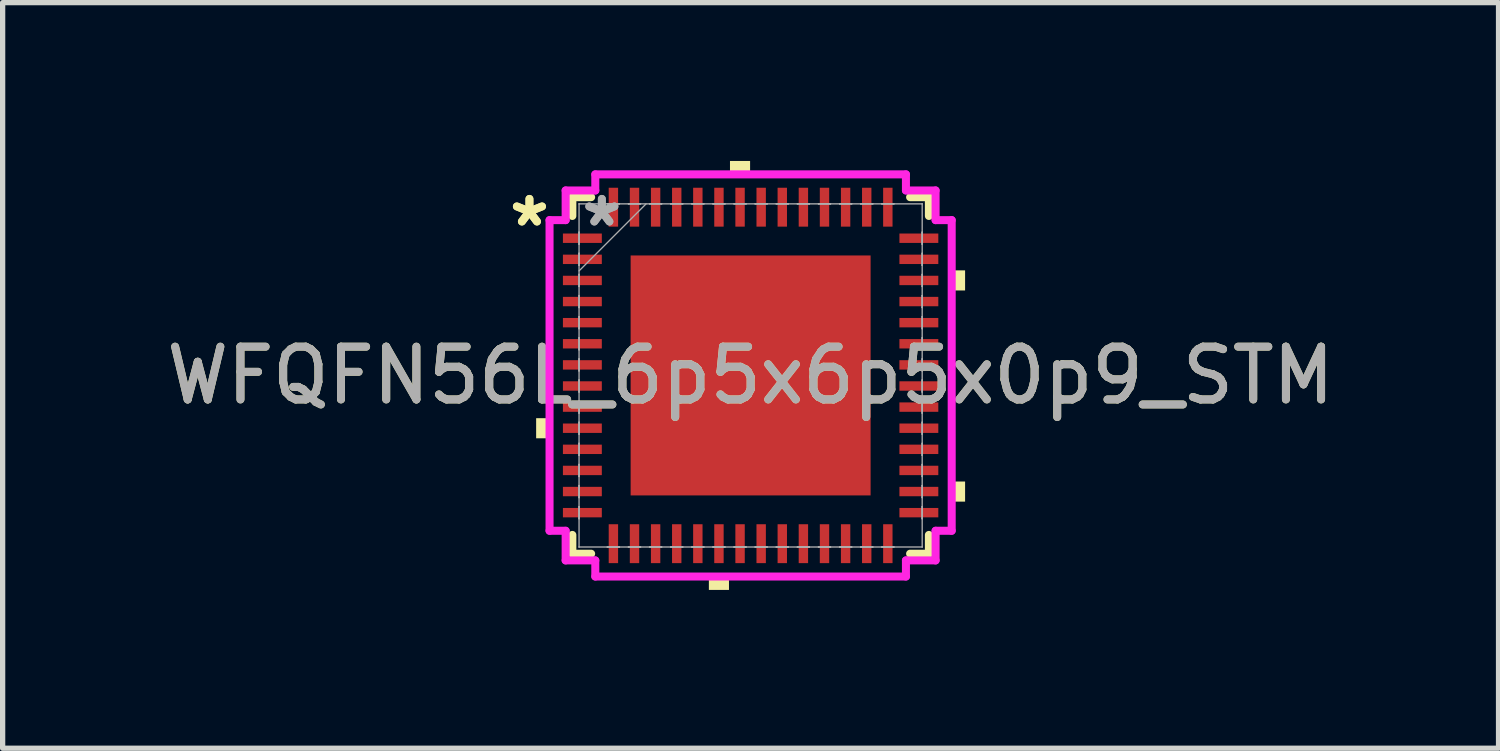
<source format=kicad_pcb>
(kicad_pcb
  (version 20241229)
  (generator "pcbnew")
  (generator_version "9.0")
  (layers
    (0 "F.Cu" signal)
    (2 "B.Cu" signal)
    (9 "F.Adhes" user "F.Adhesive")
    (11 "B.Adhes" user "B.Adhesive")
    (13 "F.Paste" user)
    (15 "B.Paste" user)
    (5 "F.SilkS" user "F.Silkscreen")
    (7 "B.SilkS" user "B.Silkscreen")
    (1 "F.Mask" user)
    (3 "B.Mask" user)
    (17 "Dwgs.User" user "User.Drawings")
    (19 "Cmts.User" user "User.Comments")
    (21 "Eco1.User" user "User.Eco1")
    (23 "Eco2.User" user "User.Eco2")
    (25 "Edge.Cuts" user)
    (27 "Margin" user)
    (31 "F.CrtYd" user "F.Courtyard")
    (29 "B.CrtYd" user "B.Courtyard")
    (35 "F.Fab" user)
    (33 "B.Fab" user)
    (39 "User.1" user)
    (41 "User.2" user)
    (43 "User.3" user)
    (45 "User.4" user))
  (footprint "WFQFN56L_6p5x6p5x0p9_STM"
    (layer "F.Cu")
    (at 11.173 4.064)
    (property "Reference" "WFQFN56L_6p5x6p5x0p9_STM" (at 0 0 0) (unlocked yes) (layer "F.SilkS") (effects (font (size 1 1) (thickness 0.15))))
    (attr smd)
    (fp_line (start -3.378 -3.378) (end -3.378 -3.022) (stroke (width 0.152) (type solid)) (layer "F.SilkS"))
    (fp_line (start -3.378 3.022) (end -3.378 3.378) (stroke (width 0.152) (type solid)) (layer "F.SilkS"))
    (fp_line (start -3.378 3.378) (end -3.022 3.378) (stroke (width 0.152) (type solid)) (layer "F.SilkS"))
    (fp_line (start -3.022 -3.378) (end -3.378 -3.378) (stroke (width 0.152) (type solid)) (layer "F.SilkS"))
    (fp_line (start 3.022 3.378) (end 3.378 3.378) (stroke (width 0.152) (type solid)) (layer "F.SilkS"))
    (fp_line (start 3.378 -3.378) (end 3.022 -3.378) (stroke (width 0.152) (type solid)) (layer "F.SilkS"))
    (fp_line (start 3.378 -3.022) (end 3.378 -3.378) (stroke (width 0.152) (type solid)) (layer "F.SilkS"))
    (fp_line (start 3.378 3.378) (end 3.378 3.022) (stroke (width 0.152) (type solid)) (layer "F.SilkS"))
    (fp_poly (pts (xy -4.064 0.81) (xy -4.064 1.191) (xy -3.81 1.191) (xy -3.81 0.81)) (stroke (width 0) (type solid)) (fill yes) (layer "F.SilkS"))
    (fp_poly (pts (xy -0.791 3.81) (xy -0.791 4.064) (xy -0.41 4.064) (xy -0.41 3.81)) (stroke (width 0) (type solid)) (fill yes) (layer "F.SilkS"))
    (fp_poly (pts (xy -0.391 -3.81) (xy -0.391 -4.064) (xy -0.01 -4.064) (xy -0.01 -3.81)) (stroke (width 0) (type solid)) (fill yes) (layer "F.SilkS"))
    (fp_poly (pts (xy 4.064 -1.991) (xy 4.064 -1.61) (xy 3.81 -1.61) (xy 3.81 -1.991)) (stroke (width 0) (type solid)) (fill yes) (layer "F.SilkS"))
    (fp_poly (pts (xy 4.064 2.01) (xy 4.064 2.391) (xy 3.81 2.391) (xy 3.81 2.01)) (stroke (width 0) (type solid)) (fill yes) (layer "F.SilkS"))
    (fp_poly (pts (xy -2.173 -2.173) (xy -2.173 -0.858) (xy -0.858 -0.858) (xy -0.858 -2.173)) (stroke (width 0) (type solid)) (fill yes) (layer "F.Paste"))
    (fp_poly (pts (xy -2.173 -0.658) (xy -2.173 0.658) (xy -0.858 0.658) (xy -0.858 -0.658)) (stroke (width 0) (type solid)) (fill yes) (layer "F.Paste"))
    (fp_poly (pts (xy -2.173 0.858) (xy -2.173 2.173) (xy -0.858 2.173) (xy -0.858 0.858)) (stroke (width 0) (type solid)) (fill yes) (layer "F.Paste"))
    (fp_poly (pts (xy -0.658 -2.173) (xy -0.658 -0.858) (xy 0.658 -0.858) (xy 0.658 -2.173)) (stroke (width 0) (type solid)) (fill yes) (layer "F.Paste"))
    (fp_poly (pts (xy -0.658 -0.658) (xy -0.658 0.658) (xy 0.658 0.658) (xy 0.658 -0.658)) (stroke (width 0) (type solid)) (fill yes) (layer "F.Paste"))
    (fp_poly (pts (xy -0.658 0.858) (xy -0.658 2.173) (xy 0.658 2.173) (xy 0.658 0.858)) (stroke (width 0) (type solid)) (fill yes) (layer "F.Paste"))
    (fp_poly (pts (xy 0.858 -2.173) (xy 0.858 -0.858) (xy 2.173 -0.858) (xy 2.173 -2.173)) (stroke (width 0) (type solid)) (fill yes) (layer "F.Paste"))
    (fp_poly (pts (xy 0.858 -0.658) (xy 0.858 0.658) (xy 2.173 0.658) (xy 2.173 -0.658)) (stroke (width 0) (type solid)) (fill yes) (layer "F.Paste"))
    (fp_poly (pts (xy 0.858 0.858) (xy 0.858 2.173) (xy 2.173 2.173) (xy 2.173 0.858)) (stroke (width 0) (type solid)) (fill yes) (layer "F.Paste"))
    (fp_line (start -3.81 -2.943) (end -3.505 -2.943) (stroke (width 0.152) (type solid)) (layer "F.CrtYd"))
    (fp_line (start -3.81 2.943) (end -3.81 -2.943) (stroke (width 0.152) (type solid)) (layer "F.CrtYd"))
    (fp_line (start -3.505 -3.505) (end -2.943 -3.505) (stroke (width 0.152) (type solid)) (layer "F.CrtYd"))
    (fp_line (start -3.505 -2.943) (end -3.505 -3.505) (stroke (width 0.152) (type solid)) (layer "F.CrtYd"))
    (fp_line (start -3.505 2.943) (end -3.81 2.943) (stroke (width 0.152) (type solid)) (layer "F.CrtYd"))
    (fp_line (start -3.505 3.505) (end -3.505 2.943) (stroke (width 0.152) (type solid)) (layer "F.CrtYd"))
    (fp_line (start -2.943 -3.81) (end 2.943 -3.81) (stroke (width 0.152) (type solid)) (layer "F.CrtYd"))
    (fp_line (start -2.943 -3.505) (end -2.943 -3.81) (stroke (width 0.152) (type solid)) (layer "F.CrtYd"))
    (fp_line (start -2.943 3.505) (end -3.505 3.505) (stroke (width 0.152) (type solid)) (layer "F.CrtYd"))
    (fp_line (start -2.943 3.81) (end -2.943 3.505) (stroke (width 0.152) (type solid)) (layer "F.CrtYd"))
    (fp_line (start 2.943 -3.81) (end 2.943 -3.505) (stroke (width 0.152) (type solid)) (layer "F.CrtYd"))
    (fp_line (start 2.943 -3.505) (end 3.505 -3.505) (stroke (width 0.152) (type solid)) (layer "F.CrtYd"))
    (fp_line (start 2.943 3.505) (end 2.943 3.81) (stroke (width 0.152) (type solid)) (layer "F.CrtYd"))
    (fp_line (start 2.943 3.81) (end -2.943 3.81) (stroke (width 0.152) (type solid)) (layer "F.CrtYd"))
    (fp_line (start 3.505 -3.505) (end 3.505 -2.943) (stroke (width 0.152) (type solid)) (layer "F.CrtYd"))
    (fp_line (start 3.505 -2.943) (end 3.81 -2.943) (stroke (width 0.152) (type solid)) (layer "F.CrtYd"))
    (fp_line (start 3.505 2.943) (end 3.505 3.505) (stroke (width 0.152) (type solid)) (layer "F.CrtYd"))
    (fp_line (start 3.505 3.505) (end 2.943 3.505) (stroke (width 0.152) (type solid)) (layer "F.CrtYd"))
    (fp_line (start 3.81 -2.943) (end 3.81 2.943) (stroke (width 0.152) (type solid)) (layer "F.CrtYd"))
    (fp_line (start 3.81 2.943) (end 3.505 2.943) (stroke (width 0.152) (type solid)) (layer "F.CrtYd"))
    (fp_line (start -3.251 -3.251) (end -3.251 -3.251) (stroke (width 0.025) (type solid)) (layer "F.Fab"))
    (fp_line (start -3.251 -3.251) (end -3.251 3.251) (stroke (width 0.025) (type solid)) (layer "F.Fab"))
    (fp_line (start -3.251 -2.715) (end -3.251 -2.715) (stroke (width 0.025) (type solid)) (layer "F.Fab"))
    (fp_line (start -3.251 -2.715) (end -3.251 -2.486) (stroke (width 0.025) (type solid)) (layer "F.Fab"))
    (fp_line (start -3.251 -2.486) (end -3.251 -2.715) (stroke (width 0.025) (type solid)) (layer "F.Fab"))
    (fp_line (start -3.251 -2.486) (end -3.251 -2.486) (stroke (width 0.025) (type solid)) (layer "F.Fab"))
    (fp_line (start -3.251 -2.315) (end -3.251 -2.315) (stroke (width 0.025) (type solid)) (layer "F.Fab"))
    (fp_line (start -3.251 -2.315) (end -3.251 -2.086) (stroke (width 0.025) (type solid)) (layer "F.Fab"))
    (fp_line (start -3.251 -2.086) (end -3.251 -2.315) (stroke (width 0.025) (type solid)) (layer "F.Fab"))
    (fp_line (start -3.251 -2.086) (end -3.251 -2.086) (stroke (width 0.025) (type solid)) (layer "F.Fab"))
    (fp_line (start -3.251 -1.981) (end -1.981 -3.251) (stroke (width 0.025) (type solid)) (layer "F.Fab"))
    (fp_line (start -3.251 -1.915) (end -3.251 -1.915) (stroke (width 0.025) (type solid)) (layer "F.Fab"))
    (fp_line (start -3.251 -1.915) (end -3.251 -1.686) (stroke (width 0.025) (type solid)) (layer "F.Fab"))
    (fp_line (start -3.251 -1.686) (end -3.251 -1.915) (stroke (width 0.025) (type solid)) (layer "F.Fab"))
    (fp_line (start -3.251 -1.686) (end -3.251 -1.686) (stroke (width 0.025) (type solid)) (layer "F.Fab"))
    (fp_line (start -3.251 -1.514) (end -3.251 -1.514) (stroke (width 0.025) (type solid)) (layer "F.Fab"))
    (fp_line (start -3.251 -1.514) (end -3.251 -1.286) (stroke (width 0.025) (type solid)) (layer "F.Fab"))
    (fp_line (start -3.251 -1.286) (end -3.251 -1.514) (stroke (width 0.025) (type solid)) (layer "F.Fab"))
    (fp_line (start -3.251 -1.286) (end -3.251 -1.286) (stroke (width 0.025) (type solid)) (layer "F.Fab"))
    (fp_line (start -3.251 -1.114) (end -3.251 -1.114) (stroke (width 0.025) (type solid)) (layer "F.Fab"))
    (fp_line (start -3.251 -1.114) (end -3.251 -0.886) (stroke (width 0.025) (type solid)) (layer "F.Fab"))
    (fp_line (start -3.251 -0.886) (end -3.251 -1.114) (stroke (width 0.025) (type solid)) (layer "F.Fab"))
    (fp_line (start -3.251 -0.886) (end -3.251 -0.886) (stroke (width 0.025) (type solid)) (layer "F.Fab"))
    (fp_line (start -3.251 -0.714) (end -3.251 -0.714) (stroke (width 0.025) (type solid)) (layer "F.Fab"))
    (fp_line (start -3.251 -0.714) (end -3.251 -0.486) (stroke (width 0.025) (type solid)) (layer "F.Fab"))
    (fp_line (start -3.251 -0.486) (end -3.251 -0.714) (stroke (width 0.025) (type solid)) (layer "F.Fab"))
    (fp_line (start -3.251 -0.486) (end -3.251 -0.486) (stroke (width 0.025) (type solid)) (layer "F.Fab"))
    (fp_line (start -3.251 -0.314) (end -3.251 -0.314) (stroke (width 0.025) (type solid)) (layer "F.Fab"))
    (fp_line (start -3.251 -0.314) (end -3.251 -0.086) (stroke (width 0.025) (type solid)) (layer "F.Fab"))
    (fp_line (start -3.251 -0.086) (end -3.251 -0.314) (stroke (width 0.025) (type solid)) (layer "F.Fab"))
    (fp_line (start -3.251 -0.086) (end -3.251 -0.086) (stroke (width 0.025) (type solid)) (layer "F.Fab"))
    (fp_line (start -3.251 0.086) (end -3.251 0.086) (stroke (width 0.025) (type solid)) (layer "F.Fab"))
    (fp_line (start -3.251 0.086) (end -3.251 0.314) (stroke (width 0.025) (type solid)) (layer "F.Fab"))
    (fp_line (start -3.251 0.314) (end -3.251 0.086) (stroke (width 0.025) (type solid)) (layer "F.Fab"))
    (fp_line (start -3.251 0.314) (end -3.251 0.314) (stroke (width 0.025) (type solid)) (layer "F.Fab"))
    (fp_line (start -3.251 0.486) (end -3.251 0.486) (stroke (width 0.025) (type solid)) (layer "F.Fab"))
    (fp_line (start -3.251 0.486) (end -3.251 0.714) (stroke (width 0.025) (type solid)) (layer "F.Fab"))
    (fp_line (start -3.251 0.714) (end -3.251 0.486) (stroke (width 0.025) (type solid)) (layer "F.Fab"))
    (fp_line (start -3.251 0.714) (end -3.251 0.714) (stroke (width 0.025) (type solid)) (layer "F.Fab"))
    (fp_line (start -3.251 0.886) (end -3.251 0.886) (stroke (width 0.025) (type solid)) (layer "F.Fab"))
    (fp_line (start -3.251 0.886) (end -3.251 1.114) (stroke (width 0.025) (type solid)) (layer "F.Fab"))
    (fp_line (start -3.251 1.114) (end -3.251 0.886) (stroke (width 0.025) (type solid)) (layer "F.Fab"))
    (fp_line (start -3.251 1.114) (end -3.251 1.114) (stroke (width 0.025) (type solid)) (layer "F.Fab"))
    (fp_line (start -3.251 1.286) (end -3.251 1.286) (stroke (width 0.025) (type solid)) (layer "F.Fab"))
    (fp_line (start -3.251 1.286) (end -3.251 1.514) (stroke (width 0.025) (type solid)) (layer "F.Fab"))
    (fp_line (start -3.251 1.514) (end -3.251 1.286) (stroke (width 0.025) (type solid)) (layer "F.Fab"))
    (fp_line (start -3.251 1.514) (end -3.251 1.514) (stroke (width 0.025) (type solid)) (layer "F.Fab"))
    (fp_line (start -3.251 1.686) (end -3.251 1.686) (stroke (width 0.025) (type solid)) (layer "F.Fab"))
    (fp_line (start -3.251 1.686) (end -3.251 1.915) (stroke (width 0.025) (type solid)) (layer "F.Fab"))
    (fp_line (start -3.251 1.915) (end -3.251 1.686) (stroke (width 0.025) (type solid)) (layer "F.Fab"))
    (fp_line (start -3.251 1.915) (end -3.251 1.915) (stroke (width 0.025) (type solid)) (layer "F.Fab"))
    (fp_line (start -3.251 2.086) (end -3.251 2.086) (stroke (width 0.025) (type solid)) (layer "F.Fab"))
    (fp_line (start -3.251 2.086) (end -3.251 2.315) (stroke (width 0.025) (type solid)) (layer "F.Fab"))
    (fp_line (start -3.251 2.315) (end -3.251 2.086) (stroke (width 0.025) (type solid)) (layer "F.Fab"))
    (fp_line (start -3.251 2.315) (end -3.251 2.315) (stroke (width 0.025) (type solid)) (layer "F.Fab"))
    (fp_line (start -3.251 2.486) (end -3.251 2.486) (stroke (width 0.025) (type solid)) (layer "F.Fab"))
    (fp_line (start -3.251 2.486) (end -3.251 2.715) (stroke (width 0.025) (type solid)) (layer "F.Fab"))
    (fp_line (start -3.251 2.715) (end -3.251 2.486) (stroke (width 0.025) (type solid)) (layer "F.Fab"))
    (fp_line (start -3.251 2.715) (end -3.251 2.715) (stroke (width 0.025) (type solid)) (layer "F.Fab"))
    (fp_line (start -3.251 3.251) (end -3.251 3.251) (stroke (width 0.025) (type solid)) (layer "F.Fab"))
    (fp_line (start -3.251 3.251) (end 3.251 3.251) (stroke (width 0.025) (type solid)) (layer "F.Fab"))
    (fp_line (start -2.715 -3.251) (end -2.715 -3.251) (stroke (width 0.025) (type solid)) (layer "F.Fab"))
    (fp_line (start -2.715 -3.251) (end -2.486 -3.251) (stroke (width 0.025) (type solid)) (layer "F.Fab"))
    (fp_line (start -2.715 3.251) (end -2.715 3.251) (stroke (width 0.025) (type solid)) (layer "F.Fab"))
    (fp_line (start -2.715 3.251) (end -2.486 3.251) (stroke (width 0.025) (type solid)) (layer "F.Fab"))
    (fp_line (start -2.486 -3.251) (end -2.715 -3.251) (stroke (width 0.025) (type solid)) (layer "F.Fab"))
    (fp_line (start -2.486 -3.251) (end -2.486 -3.251) (stroke (width 0.025) (type solid)) (layer "F.Fab"))
    (fp_line (start -2.486 3.251) (end -2.715 3.251) (stroke (width 0.025) (type solid)) (layer "F.Fab"))
    (fp_line (start -2.486 3.251) (end -2.486 3.251) (stroke (width 0.025) (type solid)) (layer "F.Fab"))
    (fp_line (start -2.315 -3.251) (end -2.315 -3.251) (stroke (width 0.025) (type solid)) (layer "F.Fab"))
    (fp_line (start -2.315 -3.251) (end -2.086 -3.251) (stroke (width 0.025) (type solid)) (layer "F.Fab"))
    (fp_line (start -2.315 3.251) (end -2.315 3.251) (stroke (width 0.025) (type solid)) (layer "F.Fab"))
    (fp_line (start -2.315 3.251) (end -2.086 3.251) (stroke (width 0.025) (type solid)) (layer "F.Fab"))
    (fp_line (start -2.086 -3.251) (end -2.315 -3.251) (stroke (width 0.025) (type solid)) (layer "F.Fab"))
    (fp_line (start -2.086 -3.251) (end -2.086 -3.251) (stroke (width 0.025) (type solid)) (layer "F.Fab"))
    (fp_line (start -2.086 3.251) (end -2.315 3.251) (stroke (width 0.025) (type solid)) (layer "F.Fab"))
    (fp_line (start -2.086 3.251) (end -2.086 3.251) (stroke (width 0.025) (type solid)) (layer "F.Fab"))
    (fp_line (start -1.915 -3.251) (end -1.915 -3.251) (stroke (width 0.025) (type solid)) (layer "F.Fab"))
    (fp_line (start -1.915 -3.251) (end -1.686 -3.251) (stroke (width 0.025) (type solid)) (layer "F.Fab"))
    (fp_line (start -1.915 3.251) (end -1.915 3.251) (stroke (width 0.025) (type solid)) (layer "F.Fab"))
    (fp_line (start -1.915 3.251) (end -1.686 3.251) (stroke (width 0.025) (type solid)) (layer "F.Fab"))
    (fp_line (start -1.686 -3.251) (end -1.915 -3.251) (stroke (width 0.025) (type solid)) (layer "F.Fab"))
    (fp_line (start -1.686 -3.251) (end -1.686 -3.251) (stroke (width 0.025) (type solid)) (layer "F.Fab"))
    (fp_line (start -1.686 3.251) (end -1.915 3.251) (stroke (width 0.025) (type solid)) (layer "F.Fab"))
    (fp_line (start -1.686 3.251) (end -1.686 3.251) (stroke (width 0.025) (type solid)) (layer "F.Fab"))
    (fp_line (start -1.514 -3.251) (end -1.514 -3.251) (stroke (width 0.025) (type solid)) (layer "F.Fab"))
    (fp_line (start -1.514 -3.251) (end -1.286 -3.251) (stroke (width 0.025) (type solid)) (layer "F.Fab"))
    (fp_line (start -1.514 3.251) (end -1.514 3.251) (stroke (width 0.025) (type solid)) (layer "F.Fab"))
    (fp_line (start -1.514 3.251) (end -1.286 3.251) (stroke (width 0.025) (type solid)) (layer "F.Fab"))
    (fp_line (start -1.286 -3.251) (end -1.514 -3.251) (stroke (width 0.025) (type solid)) (layer "F.Fab"))
    (fp_line (start -1.286 -3.251) (end -1.286 -3.251) (stroke (width 0.025) (type solid)) (layer "F.Fab"))
    (fp_line (start -1.286 3.251) (end -1.514 3.251) (stroke (width 0.025) (type solid)) (layer "F.Fab"))
    (fp_line (start -1.286 3.251) (end -1.286 3.251) (stroke (width 0.025) (type solid)) (layer "F.Fab"))
    (fp_line (start -1.114 -3.251) (end -1.114 -3.251) (stroke (width 0.025) (type solid)) (layer "F.Fab"))
    (fp_line (start -1.114 -3.251) (end -0.886 -3.251) (stroke (width 0.025) (type solid)) (layer "F.Fab"))
    (fp_line (start -1.114 3.251) (end -1.114 3.251) (stroke (width 0.025) (type solid)) (layer "F.Fab"))
    (fp_line (start -1.114 3.251) (end -0.886 3.251) (stroke (width 0.025) (type solid)) (layer "F.Fab"))
    (fp_line (start -0.886 -3.251) (end -1.114 -3.251) (stroke (width 0.025) (type solid)) (layer "F.Fab"))
    (fp_line (start -0.886 -3.251) (end -0.886 -3.251) (stroke (width 0.025) (type solid)) (layer "F.Fab"))
    (fp_line (start -0.886 3.251) (end -1.114 3.251) (stroke (width 0.025) (type solid)) (layer "F.Fab"))
    (fp_line (start -0.886 3.251) (end -0.886 3.251) (stroke (width 0.025) (type solid)) (layer "F.Fab"))
    (fp_line (start -0.714 -3.251) (end -0.714 -3.251) (stroke (width 0.025) (type solid)) (layer "F.Fab"))
    (fp_line (start -0.714 -3.251) (end -0.486 -3.251) (stroke (width 0.025) (type solid)) (layer "F.Fab"))
    (fp_line (start -0.714 3.251) (end -0.714 3.251) (stroke (width 0.025) (type solid)) (layer "F.Fab"))
    (fp_line (start -0.714 3.251) (end -0.486 3.251) (stroke (width 0.025) (type solid)) (layer "F.Fab"))
    (fp_line (start -0.486 -3.251) (end -0.714 -3.251) (stroke (width 0.025) (type solid)) (layer "F.Fab"))
    (fp_line (start -0.486 -3.251) (end -0.486 -3.251) (stroke (width 0.025) (type solid)) (layer "F.Fab"))
    (fp_line (start -0.486 3.251) (end -0.714 3.251) (stroke (width 0.025) (type solid)) (layer "F.Fab"))
    (fp_line (start -0.486 3.251) (end -0.486 3.251) (stroke (width 0.025) (type solid)) (layer "F.Fab"))
    (fp_line (start -0.314 -3.251) (end -0.314 -3.251) (stroke (width 0.025) (type solid)) (layer "F.Fab"))
    (fp_line (start -0.314 -3.251) (end -0.086 -3.251) (stroke (width 0.025) (type solid)) (layer "F.Fab"))
    (fp_line (start -0.314 3.251) (end -0.314 3.251) (stroke (width 0.025) (type solid)) (layer "F.Fab"))
    (fp_line (start -0.314 3.251) (end -0.086 3.251) (stroke (width 0.025) (type solid)) (layer "F.Fab"))
    (fp_line (start -0.086 -3.251) (end -0.314 -3.251) (stroke (width 0.025) (type solid)) (layer "F.Fab"))
    (fp_line (start -0.086 -3.251) (end -0.086 -3.251) (stroke (width 0.025) (type solid)) (layer "F.Fab"))
    (fp_line (start -0.086 3.251) (end -0.314 3.251) (stroke (width 0.025) (type solid)) (layer "F.Fab"))
    (fp_line (start -0.086 3.251) (end -0.086 3.251) (stroke (width 0.025) (type solid)) (layer "F.Fab"))
    (fp_line (start 0.086 -3.251) (end 0.086 -3.251) (stroke (width 0.025) (type solid)) (layer "F.Fab"))
    (fp_line (start 0.086 -3.251) (end 0.314 -3.251) (stroke (width 0.025) (type solid)) (layer "F.Fab"))
    (fp_line (start 0.086 3.251) (end 0.086 3.251) (stroke (width 0.025) (type solid)) (layer "F.Fab"))
    (fp_line (start 0.086 3.251) (end 0.314 3.251) (stroke (width 0.025) (type solid)) (layer "F.Fab"))
    (fp_line (start 0.314 -3.251) (end 0.086 -3.251) (stroke (width 0.025) (type solid)) (layer "F.Fab"))
    (fp_line (start 0.314 -3.251) (end 0.314 -3.251) (stroke (width 0.025) (type solid)) (layer "F.Fab"))
    (fp_line (start 0.314 3.251) (end 0.086 3.251) (stroke (width 0.025) (type solid)) (layer "F.Fab"))
    (fp_line (start 0.314 3.251) (end 0.314 3.251) (stroke (width 0.025) (type solid)) (layer "F.Fab"))
    (fp_line (start 0.486 -3.251) (end 0.486 -3.251) (stroke (width 0.025) (type solid)) (layer "F.Fab"))
    (fp_line (start 0.486 -3.251) (end 0.714 -3.251) (stroke (width 0.025) (type solid)) (layer "F.Fab"))
    (fp_line (start 0.486 3.251) (end 0.486 3.251) (stroke (width 0.025) (type solid)) (layer "F.Fab"))
    (fp_line (start 0.486 3.251) (end 0.714 3.251) (stroke (width 0.025) (type solid)) (layer "F.Fab"))
    (fp_line (start 0.714 -3.251) (end 0.486 -3.251) (stroke (width 0.025) (type solid)) (layer "F.Fab"))
    (fp_line (start 0.714 -3.251) (end 0.714 -3.251) (stroke (width 0.025) (type solid)) (layer "F.Fab"))
    (fp_line (start 0.714 3.251) (end 0.486 3.251) (stroke (width 0.025) (type solid)) (layer "F.Fab"))
    (fp_line (start 0.714 3.251) (end 0.714 3.251) (stroke (width 0.025) (type solid)) (layer "F.Fab"))
    (fp_line (start 0.886 -3.251) (end 0.886 -3.251) (stroke (width 0.025) (type solid)) (layer "F.Fab"))
    (fp_line (start 0.886 -3.251) (end 1.114 -3.251) (stroke (width 0.025) (type solid)) (layer "F.Fab"))
    (fp_line (start 0.886 3.251) (end 0.886 3.251) (stroke (width 0.025) (type solid)) (layer "F.Fab"))
    (fp_line (start 0.886 3.251) (end 1.114 3.251) (stroke (width 0.025) (type solid)) (layer "F.Fab"))
    (fp_line (start 1.114 -3.251) (end 0.886 -3.251) (stroke (width 0.025) (type solid)) (layer "F.Fab"))
    (fp_line (start 1.114 -3.251) (end 1.114 -3.251) (stroke (width 0.025) (type solid)) (layer "F.Fab"))
    (fp_line (start 1.114 3.251) (end 0.886 3.251) (stroke (width 0.025) (type solid)) (layer "F.Fab"))
    (fp_line (start 1.114 3.251) (end 1.114 3.251) (stroke (width 0.025) (type solid)) (layer "F.Fab"))
    (fp_line (start 1.286 -3.251) (end 1.286 -3.251) (stroke (width 0.025) (type solid)) (layer "F.Fab"))
    (fp_line (start 1.286 -3.251) (end 1.514 -3.251) (stroke (width 0.025) (type solid)) (layer "F.Fab"))
    (fp_line (start 1.286 3.251) (end 1.286 3.251) (stroke (width 0.025) (type solid)) (layer "F.Fab"))
    (fp_line (start 1.286 3.251) (end 1.514 3.251) (stroke (width 0.025) (type solid)) (layer "F.Fab"))
    (fp_line (start 1.514 -3.251) (end 1.286 -3.251) (stroke (width 0.025) (type solid)) (layer "F.Fab"))
    (fp_line (start 1.514 -3.251) (end 1.514 -3.251) (stroke (width 0.025) (type solid)) (layer "F.Fab"))
    (fp_line (start 1.514 3.251) (end 1.286 3.251) (stroke (width 0.025) (type solid)) (layer "F.Fab"))
    (fp_line (start 1.514 3.251) (end 1.514 3.251) (stroke (width 0.025) (type solid)) (layer "F.Fab"))
    (fp_line (start 1.686 -3.251) (end 1.686 -3.251) (stroke (width 0.025) (type solid)) (layer "F.Fab"))
    (fp_line (start 1.686 -3.251) (end 1.915 -3.251) (stroke (width 0.025) (type solid)) (layer "F.Fab"))
    (fp_line (start 1.686 3.251) (end 1.686 3.251) (stroke (width 0.025) (type solid)) (layer "F.Fab"))
    (fp_line (start 1.686 3.251) (end 1.915 3.251) (stroke (width 0.025) (type solid)) (layer "F.Fab"))
    (fp_line (start 1.915 -3.251) (end 1.686 -3.251) (stroke (width 0.025) (type solid)) (layer "F.Fab"))
    (fp_line (start 1.915 -3.251) (end 1.915 -3.251) (stroke (width 0.025) (type solid)) (layer "F.Fab"))
    (fp_line (start 1.915 3.251) (end 1.686 3.251) (stroke (width 0.025) (type solid)) (layer "F.Fab"))
    (fp_line (start 1.915 3.251) (end 1.915 3.251) (stroke (width 0.025) (type solid)) (layer "F.Fab"))
    (fp_line (start 2.086 -3.251) (end 2.086 -3.251) (stroke (width 0.025) (type solid)) (layer "F.Fab"))
    (fp_line (start 2.086 -3.251) (end 2.315 -3.251) (stroke (width 0.025) (type solid)) (layer "F.Fab"))
    (fp_line (start 2.086 3.251) (end 2.086 3.251) (stroke (width 0.025) (type solid)) (layer "F.Fab"))
    (fp_line (start 2.086 3.251) (end 2.315 3.251) (stroke (width 0.025) (type solid)) (layer "F.Fab"))
    (fp_line (start 2.315 -3.251) (end 2.086 -3.251) (stroke (width 0.025) (type solid)) (layer "F.Fab"))
    (fp_line (start 2.315 -3.251) (end 2.315 -3.251) (stroke (width 0.025) (type solid)) (layer "F.Fab"))
    (fp_line (start 2.315 3.251) (end 2.086 3.251) (stroke (width 0.025) (type solid)) (layer "F.Fab"))
    (fp_line (start 2.315 3.251) (end 2.315 3.251) (stroke (width 0.025) (type solid)) (layer "F.Fab"))
    (fp_line (start 2.486 -3.251) (end 2.486 -3.251) (stroke (width 0.025) (type solid)) (layer "F.Fab"))
    (fp_line (start 2.486 -3.251) (end 2.715 -3.251) (stroke (width 0.025) (type solid)) (layer "F.Fab"))
    (fp_line (start 2.486 3.251) (end 2.486 3.251) (stroke (width 0.025) (type solid)) (layer "F.Fab"))
    (fp_line (start 2.486 3.251) (end 2.715 3.251) (stroke (width 0.025) (type solid)) (layer "F.Fab"))
    (fp_line (start 2.715 -3.251) (end 2.486 -3.251) (stroke (width 0.025) (type solid)) (layer "F.Fab"))
    (fp_line (start 2.715 -3.251) (end 2.715 -3.251) (stroke (width 0.025) (type solid)) (layer "F.Fab"))
    (fp_line (start 2.715 3.251) (end 2.486 3.251) (stroke (width 0.025) (type solid)) (layer "F.Fab"))
    (fp_line (start 2.715 3.251) (end 2.715 3.251) (stroke (width 0.025) (type solid)) (layer "F.Fab"))
    (fp_line (start 3.251 -3.251) (end -3.251 -3.251) (stroke (width 0.025) (type solid)) (layer "F.Fab"))
    (fp_line (start 3.251 -3.251) (end 3.251 -3.251) (stroke (width 0.025) (type solid)) (layer "F.Fab"))
    (fp_line (start 3.251 -2.715) (end 3.251 -2.715) (stroke (width 0.025) (type solid)) (layer "F.Fab"))
    (fp_line (start 3.251 -2.715) (end 3.251 -2.486) (stroke (width 0.025) (type solid)) (layer "F.Fab"))
    (fp_line (start 3.251 -2.486) (end 3.251 -2.715) (stroke (width 0.025) (type solid)) (layer "F.Fab"))
    (fp_line (start 3.251 -2.486) (end 3.251 -2.486) (stroke (width 0.025) (type solid)) (layer "F.Fab"))
    (fp_line (start 3.251 -2.315) (end 3.251 -2.315) (stroke (width 0.025) (type solid)) (layer "F.Fab"))
    (fp_line (start 3.251 -2.315) (end 3.251 -2.086) (stroke (width 0.025) (type solid)) (layer "F.Fab"))
    (fp_line (start 3.251 -2.086) (end 3.251 -2.315) (stroke (width 0.025) (type solid)) (layer "F.Fab"))
    (fp_line (start 3.251 -2.086) (end 3.251 -2.086) (stroke (width 0.025) (type solid)) (layer "F.Fab"))
    (fp_line (start 3.251 -1.915) (end 3.251 -1.915) (stroke (width 0.025) (type solid)) (layer "F.Fab"))
    (fp_line (start 3.251 -1.915) (end 3.251 -1.686) (stroke (width 0.025) (type solid)) (layer "F.Fab"))
    (fp_line (start 3.251 -1.686) (end 3.251 -1.915) (stroke (width 0.025) (type solid)) (layer "F.Fab"))
    (fp_line (start 3.251 -1.686) (end 3.251 -1.686) (stroke (width 0.025) (type solid)) (layer "F.Fab"))
    (fp_line (start 3.251 -1.514) (end 3.251 -1.514) (stroke (width 0.025) (type solid)) (layer "F.Fab"))
    (fp_line (start 3.251 -1.514) (end 3.251 -1.286) (stroke (width 0.025) (type solid)) (layer "F.Fab"))
    (fp_line (start 3.251 -1.286) (end 3.251 -1.514) (stroke (width 0.025) (type solid)) (layer "F.Fab"))
    (fp_line (start 3.251 -1.286) (end 3.251 -1.286) (stroke (width 0.025) (type solid)) (layer "F.Fab"))
    (fp_line (start 3.251 -1.114) (end 3.251 -1.114) (stroke (width 0.025) (type solid)) (layer "F.Fab"))
    (fp_line (start 3.251 -1.114) (end 3.251 -0.886) (stroke (width 0.025) (type solid)) (layer "F.Fab"))
    (fp_line (start 3.251 -0.886) (end 3.251 -1.114) (stroke (width 0.025) (type solid)) (layer "F.Fab"))
    (fp_line (start 3.251 -0.886) (end 3.251 -0.886) (stroke (width 0.025) (type solid)) (layer "F.Fab"))
    (fp_line (start 3.251 -0.714) (end 3.251 -0.714) (stroke (width 0.025) (type solid)) (layer "F.Fab"))
    (fp_line (start 3.251 -0.714) (end 3.251 -0.486) (stroke (width 0.025) (type solid)) (layer "F.Fab"))
    (fp_line (start 3.251 -0.486) (end 3.251 -0.714) (stroke (width 0.025) (type solid)) (layer "F.Fab"))
    (fp_line (start 3.251 -0.486) (end 3.251 -0.486) (stroke (width 0.025) (type solid)) (layer "F.Fab"))
    (fp_line (start 3.251 -0.314) (end 3.251 -0.314) (stroke (width 0.025) (type solid)) (layer "F.Fab"))
    (fp_line (start 3.251 -0.314) (end 3.251 -0.086) (stroke (width 0.025) (type solid)) (layer "F.Fab"))
    (fp_line (start 3.251 -0.086) (end 3.251 -0.314) (stroke (width 0.025) (type solid)) (layer "F.Fab"))
    (fp_line (start 3.251 -0.086) (end 3.251 -0.086) (stroke (width 0.025) (type solid)) (layer "F.Fab"))
    (fp_line (start 3.251 0.086) (end 3.251 0.086) (stroke (width 0.025) (type solid)) (layer "F.Fab"))
    (fp_line (start 3.251 0.086) (end 3.251 0.314) (stroke (width 0.025) (type solid)) (layer "F.Fab"))
    (fp_line (start 3.251 0.314) (end 3.251 0.086) (stroke (width 0.025) (type solid)) (layer "F.Fab"))
    (fp_line (start 3.251 0.314) (end 3.251 0.314) (stroke (width 0.025) (type solid)) (layer "F.Fab"))
    (fp_line (start 3.251 0.486) (end 3.251 0.486) (stroke (width 0.025) (type solid)) (layer "F.Fab"))
    (fp_line (start 3.251 0.486) (end 3.251 0.714) (stroke (width 0.025) (type solid)) (layer "F.Fab"))
    (fp_line (start 3.251 0.714) (end 3.251 0.486) (stroke (width 0.025) (type solid)) (layer "F.Fab"))
    (fp_line (start 3.251 0.714) (end 3.251 0.714) (stroke (width 0.025) (type solid)) (layer "F.Fab"))
    (fp_line (start 3.251 0.886) (end 3.251 0.886) (stroke (width 0.025) (type solid)) (layer "F.Fab"))
    (fp_line (start 3.251 0.886) (end 3.251 1.114) (stroke (width 0.025) (type solid)) (layer "F.Fab"))
    (fp_line (start 3.251 1.114) (end 3.251 0.886) (stroke (width 0.025) (type solid)) (layer "F.Fab"))
    (fp_line (start 3.251 1.114) (end 3.251 1.114) (stroke (width 0.025) (type solid)) (layer "F.Fab"))
    (fp_line (start 3.251 1.286) (end 3.251 1.286) (stroke (width 0.025) (type solid)) (layer "F.Fab"))
    (fp_line (start 3.251 1.286) (end 3.251 1.514) (stroke (width 0.025) (type solid)) (layer "F.Fab"))
    (fp_line (start 3.251 1.514) (end 3.251 1.286) (stroke (width 0.025) (type solid)) (layer "F.Fab"))
    (fp_line (start 3.251 1.514) (end 3.251 1.514) (stroke (width 0.025) (type solid)) (layer "F.Fab"))
    (fp_line (start 3.251 1.686) (end 3.251 1.686) (stroke (width 0.025) (type solid)) (layer "F.Fab"))
    (fp_line (start 3.251 1.686) (end 3.251 1.915) (stroke (width 0.025) (type solid)) (layer "F.Fab"))
    (fp_line (start 3.251 1.915) (end 3.251 1.686) (stroke (width 0.025) (type solid)) (layer "F.Fab"))
    (fp_line (start 3.251 1.915) (end 3.251 1.915) (stroke (width 0.025) (type solid)) (layer "F.Fab"))
    (fp_line (start 3.251 2.086) (end 3.251 2.086) (stroke (width 0.025) (type solid)) (layer "F.Fab"))
    (fp_line (start 3.251 2.086) (end 3.251 2.315) (stroke (width 0.025) (type solid)) (layer "F.Fab"))
    (fp_line (start 3.251 2.315) (end 3.251 2.086) (stroke (width 0.025) (type solid)) (layer "F.Fab"))
    (fp_line (start 3.251 2.315) (end 3.251 2.315) (stroke (width 0.025) (type solid)) (layer "F.Fab"))
    (fp_line (start 3.251 2.486) (end 3.251 2.486) (stroke (width 0.025) (type solid)) (layer "F.Fab"))
    (fp_line (start 3.251 2.486) (end 3.251 2.715) (stroke (width 0.025) (type solid)) (layer "F.Fab"))
    (fp_line (start 3.251 2.715) (end 3.251 2.486) (stroke (width 0.025) (type solid)) (layer "F.Fab"))
    (fp_line (start 3.251 2.715) (end 3.251 2.715) (stroke (width 0.025) (type solid)) (layer "F.Fab"))
    (fp_line (start 3.251 3.251) (end 3.251 -3.251) (stroke (width 0.025) (type solid)) (layer "F.Fab"))
    (fp_line (start 3.251 3.251) (end 3.251 3.251) (stroke (width 0.025) (type solid)) (layer "F.Fab"))
    (fp_text user "*" (at -4.191 -2.8 0) (layer "F.SilkS") (effects (font (size 1 1) (thickness 0.15))))
    (fp_text user "*" (at -4.191 -2.8 0) (unlocked yes) (layer "F.SilkS") (effects (font (size 1 1) (thickness 0.15))))
    (fp_text user "${REFERENCE}" (at 0 0 0) (unlocked yes) (layer "F.Fab") (effects (font (size 1 1) (thickness 0.15))))
    (fp_text user "*" (at -2.819 -2.8 0) (layer "F.Fab") (effects (font (size 1 1) (thickness 0.15))))
    (fp_text user "*" (at -2.819 -2.8 0) (unlocked yes) (layer "F.Fab") (effects (font (size 1 1) (thickness 0.15))))
    (pad "1" smd rect (at -3.188 -2.6 90) (size 0.178 0.737) (layers "F.Cu" "F.Mask" "F.Paste"))
    (pad "2" smd rect (at -3.188 -2.2 90) (size 0.178 0.737) (layers "F.Cu" "F.Mask" "F.Paste"))
    (pad "3" smd rect (at -3.188 -1.8 90) (size 0.178 0.737) (layers "F.Cu" "F.Mask" "F.Paste"))
    (pad "4" smd rect (at -3.188 -1.4 90) (size 0.178 0.737) (layers "F.Cu" "F.Mask" "F.Paste"))
    (pad "5" smd rect (at -3.188 -1 90) (size 0.178 0.737) (layers "F.Cu" "F.Mask" "F.Paste"))
    (pad "6" smd rect (at -3.188 -0.6 90) (size 0.178 0.737) (layers "F.Cu" "F.Mask" "F.Paste"))
    (pad "7" smd rect (at -3.188 -0.2 90) (size 0.178 0.737) (layers "F.Cu" "F.Mask" "F.Paste"))
    (pad "8" smd rect (at -3.188 0.2 90) (size 0.178 0.737) (layers "F.Cu" "F.Mask" "F.Paste"))
    (pad "9" smd rect (at -3.188 0.6 90) (size 0.178 0.737) (layers "F.Cu" "F.Mask" "F.Paste"))
    (pad "10" smd rect (at -3.188 1 90) (size 0.178 0.737) (layers "F.Cu" "F.Mask" "F.Paste"))
    (pad "11" smd rect (at -3.188 1.4 90) (size 0.178 0.737) (layers "F.Cu" "F.Mask" "F.Paste"))
    (pad "12" smd rect (at -3.188 1.8 90) (size 0.178 0.737) (layers "F.Cu" "F.Mask" "F.Paste"))
    (pad "13" smd rect (at -3.188 2.2 90) (size 0.178 0.737) (layers "F.Cu" "F.Mask" "F.Paste"))
    (pad "14" smd rect (at -3.188 2.6 90) (size 0.178 0.737) (layers "F.Cu" "F.Mask" "F.Paste"))
    (pad "15" smd rect (at -2.6 3.188) (size 0.178 0.737) (layers "F.Cu" "F.Mask" "F.Paste"))
    (pad "16" smd rect (at -2.2 3.188) (size 0.178 0.737) (layers "F.Cu" "F.Mask" "F.Paste"))
    (pad "17" smd rect (at -1.8 3.188) (size 0.178 0.737) (layers "F.Cu" "F.Mask" "F.Paste"))
    (pad "18" smd rect (at -1.4 3.188) (size 0.178 0.737) (layers "F.Cu" "F.Mask" "F.Paste"))
    (pad "19" smd rect (at -1 3.188) (size 0.178 0.737) (layers "F.Cu" "F.Mask" "F.Paste"))
    (pad "20" smd rect (at -0.6 3.188) (size 0.178 0.737) (layers "F.Cu" "F.Mask" "F.Paste"))
    (pad "21" smd rect (at -0.2 3.188) (size 0.178 0.737) (layers "F.Cu" "F.Mask" "F.Paste"))
    (pad "22" smd rect (at 0.2 3.188) (size 0.178 0.737) (layers "F.Cu" "F.Mask" "F.Paste"))
    (pad "23" smd rect (at 0.6 3.188) (size 0.178 0.737) (layers "F.Cu" "F.Mask" "F.Paste"))
    (pad "24" smd rect (at 1 3.188) (size 0.178 0.737) (layers "F.Cu" "F.Mask" "F.Paste"))
    (pad "25" smd rect (at 1.4 3.188) (size 0.178 0.737) (layers "F.Cu" "F.Mask" "F.Paste"))
    (pad "26" smd rect (at 1.8 3.188) (size 0.178 0.737) (layers "F.Cu" "F.Mask" "F.Paste"))
    (pad "27" smd rect (at 2.2 3.188) (size 0.178 0.737) (layers "F.Cu" "F.Mask" "F.Paste"))
    (pad "28" smd rect (at 2.6 3.188) (size 0.178 0.737) (layers "F.Cu" "F.Mask" "F.Paste"))
    (pad "29" smd rect (at 3.188 2.6 90) (size 0.178 0.737) (layers "F.Cu" "F.Mask" "F.Paste"))
    (pad "30" smd rect (at 3.188 2.2 90) (size 0.178 0.737) (layers "F.Cu" "F.Mask" "F.Paste"))
    (pad "31" smd rect (at 3.188 1.8 90) (size 0.178 0.737) (layers "F.Cu" "F.Mask" "F.Paste"))
    (pad "32" smd rect (at 3.188 1.4 90) (size 0.178 0.737) (layers "F.Cu" "F.Mask" "F.Paste"))
    (pad "33" smd rect (at 3.188 1 90) (size 0.178 0.737) (layers "F.Cu" "F.Mask" "F.Paste"))
    (pad "34" smd rect (at 3.188 0.6 90) (size 0.178 0.737) (layers "F.Cu" "F.Mask" "F.Paste"))
    (pad "35" smd rect (at 3.188 0.2 90) (size 0.178 0.737) (layers "F.Cu" "F.Mask" "F.Paste"))
    (pad "36" smd rect (at 3.188 -0.2 90) (size 0.178 0.737) (layers "F.Cu" "F.Mask" "F.Paste"))
    (pad "37" smd rect (at 3.188 -0.6 90) (size 0.178 0.737) (layers "F.Cu" "F.Mask" "F.Paste"))
    (pad "38" smd rect (at 3.188 -1 90) (size 0.178 0.737) (layers "F.Cu" "F.Mask" "F.Paste"))
    (pad "39" smd rect (at 3.188 -1.4 90) (size 0.178 0.737) (layers "F.Cu" "F.Mask" "F.Paste"))
    (pad "40" smd rect (at 3.188 -1.8 90) (size 0.178 0.737) (layers "F.Cu" "F.Mask" "F.Paste"))
    (pad "41" smd rect (at 3.188 -2.2 90) (size 0.178 0.737) (layers "F.Cu" "F.Mask" "F.Paste"))
    (pad "42" smd rect (at 3.188 -2.6 90) (size 0.178 0.737) (layers "F.Cu" "F.Mask" "F.Paste"))
    (pad "43" smd rect (at 2.6 -3.188) (size 0.178 0.737) (layers "F.Cu" "F.Mask" "F.Paste"))
    (pad "44" smd rect (at 2.2 -3.188) (size 0.178 0.737) (layers "F.Cu" "F.Mask" "F.Paste"))
    (pad "45" smd rect (at 1.8 -3.188) (size 0.178 0.737) (layers "F.Cu" "F.Mask" "F.Paste"))
    (pad "46" smd rect (at 1.4 -3.188) (size 0.178 0.737) (layers "F.Cu" "F.Mask" "F.Paste"))
    (pad "47" smd rect (at 1 -3.188) (size 0.178 0.737) (layers "F.Cu" "F.Mask" "F.Paste"))
    (pad "48" smd rect (at 0.6 -3.188) (size 0.178 0.737) (layers "F.Cu" "F.Mask" "F.Paste"))
    (pad "49" smd rect (at 0.2 -3.188) (size 0.178 0.737) (layers "F.Cu" "F.Mask" "F.Paste"))
    (pad "50" smd rect (at -0.2 -3.188) (size 0.178 0.737) (layers "F.Cu" "F.Mask" "F.Paste"))
    (pad "51" smd rect (at -0.6 -3.188) (size 0.178 0.737) (layers "F.Cu" "F.Mask" "F.Paste"))
    (pad "52" smd rect (at -1 -3.188) (size 0.178 0.737) (layers "F.Cu" "F.Mask" "F.Paste"))
    (pad "53" smd rect (at -1.4 -3.188) (size 0.178 0.737) (layers "F.Cu" "F.Mask" "F.Paste"))
    (pad "54" smd rect (at -1.8 -3.188) (size 0.178 0.737) (layers "F.Cu" "F.Mask" "F.Paste"))
    (pad "55" smd rect (at -2.2 -3.188) (size 0.178 0.737) (layers "F.Cu" "F.Mask" "F.Paste"))
    (pad "56" smd rect (at -2.6 -3.188) (size 0.178 0.737) (layers "F.Cu" "F.Mask" "F.Paste"))
    (pad "57" smd rect (at 0 0) (size 4.547 4.547) (layers "F.Cu" "F.Mask" "F.Paste")))
  (gr_rect
    (start -3 -3)
    (end 25.345 11.128)
    (stroke (width 0.1) (type default))
    (fill no)
    (layer "Edge.Cuts")))
</source>
